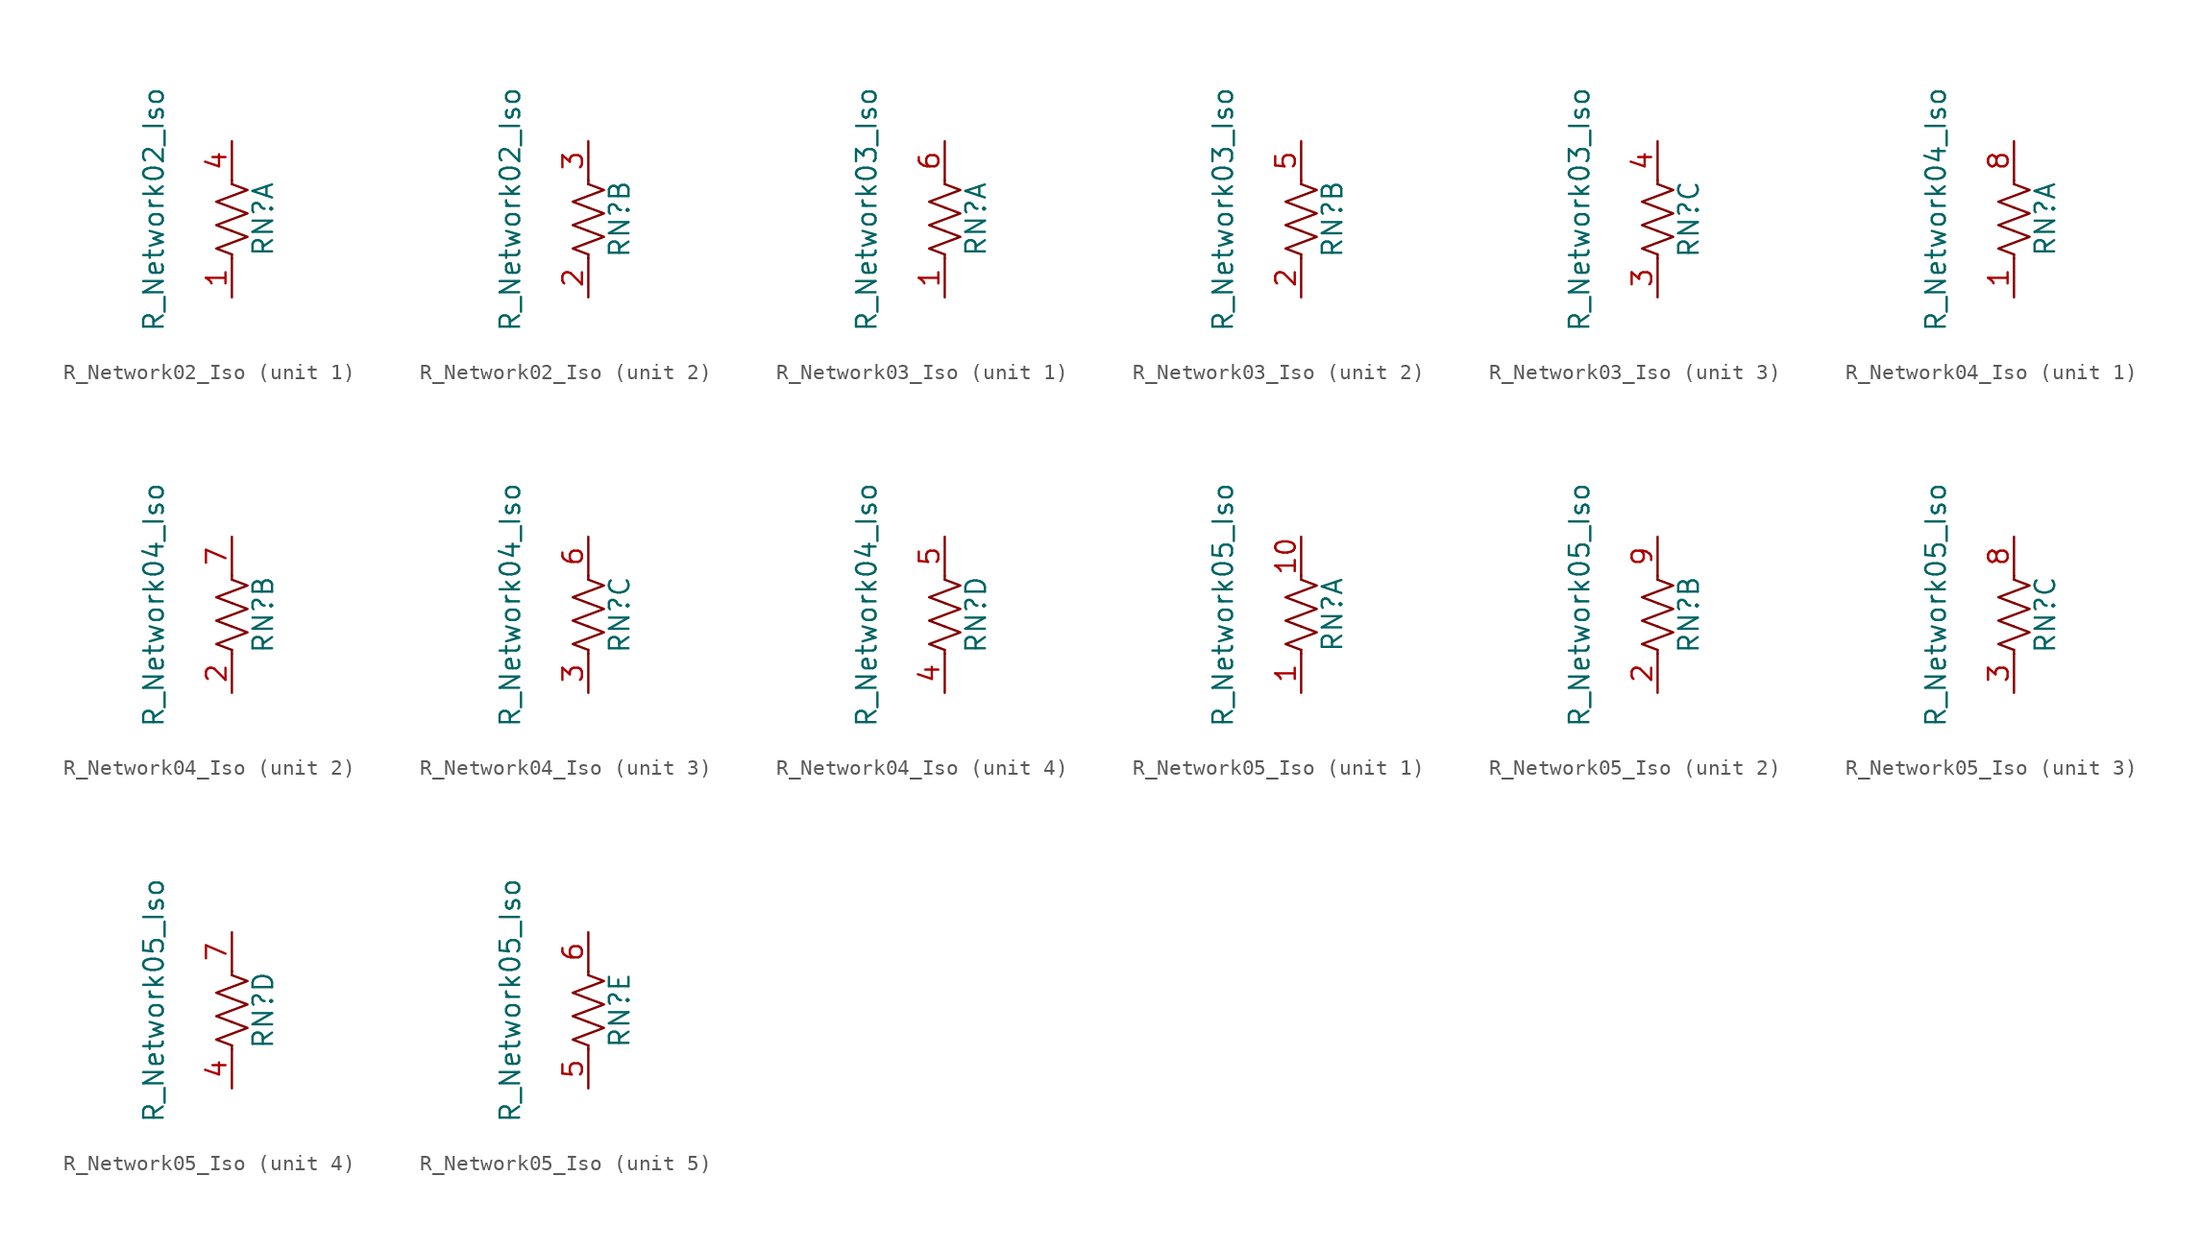
<source format=kicad_sym>
(kicad_symbol_lib
  (version 20220914)
  (generator kicad_symbol_editor)
  (symbol "R_Network02_Iso"
    (pin_names
      (offset 0) hide)
    (property "Reference" "RN"
      (at 2.032 0 90)
      (effects (font (size 1.27 1.27))))
    (property "Value" "R_Network02_Iso"
      (at -5.08 0.635 90)
      (effects (font (size 1.27 1.27))))
    (symbol "R_Network02_Iso_0_1"
      (polyline (pts (xy 0 -2.286) (xy 0 -2.54)) (stroke (width 0) (type default)) (fill (type none)))
      (polyline (pts (xy 0 2.286) (xy 0 2.54)) (stroke (width 0) (type default)) (fill (type none)))
      (polyline (pts (xy 0 -0.762) (xy 1.016 -1.143) (xy 0 -1.524) (xy -1.016 -1.905) (xy 0 -2.286)) (stroke (width 0) (type default)) (fill (type none)))
      (polyline (pts (xy 0 0.762) (xy 1.016 0.381) (xy 0 0) (xy -1.016 -0.381) (xy 0 -0.762)) (stroke (width 0) (type default)) (fill (type none)))
      (polyline (pts (xy 0 2.286) (xy 1.016 1.905) (xy 0 1.524) (xy -1.016 1.143) (xy 0 0.762)) (stroke (width 0) (type default)) (fill (type none))))
    (symbol "R_Network02_Iso_1_1"
      (pin passive line (at 0 -5.08 90) (length 2.54) (name "~" (effects (font (size 1.27 1.27)))) (number "1" (effects (font (size 1.27 1.27)))))
      (pin passive line (at 0 5.08 270) (length 2.54) (name "~" (effects (font (size 1.27 1.27)))) (number "4" (effects (font (size 1.27 1.27))))))
    (symbol "R_Network02_Iso_2_1"
      (pin passive line (at 0 -5.08 90) (length 2.54) (name "~" (effects (font (size 1.27 1.27)))) (number "2" (effects (font (size 1.27 1.27)))))
      (pin passive line (at 0 5.08 270) (length 2.54) (name "~" (effects (font (size 1.27 1.27)))) (number "3" (effects (font (size 1.27 1.27)))))))
  (symbol "R_Network03_Iso"
    (pin_names
      (offset 0) hide)
    (property "Reference" "RN"
      (at 2.032 0 90)
      (effects (font (size 1.27 1.27))))
    (property "Value" "R_Network03_Iso"
      (at -5.08 0.635 90)
      (effects (font (size 1.27 1.27))))
    (symbol "R_Network03_Iso_0_1"
      (polyline (pts (xy 0 -2.286) (xy 0 -2.54)) (stroke (width 0) (type default)) (fill (type none)))
      (polyline (pts (xy 0 2.286) (xy 0 2.54)) (stroke (width 0) (type default)) (fill (type none)))
      (polyline (pts (xy 0 -0.762) (xy 1.016 -1.143) (xy 0 -1.524) (xy -1.016 -1.905) (xy 0 -2.286)) (stroke (width 0) (type default)) (fill (type none)))
      (polyline (pts (xy 0 0.762) (xy 1.016 0.381) (xy 0 0) (xy -1.016 -0.381) (xy 0 -0.762)) (stroke (width 0) (type default)) (fill (type none)))
      (polyline (pts (xy 0 2.286) (xy 1.016 1.905) (xy 0 1.524) (xy -1.016 1.143) (xy 0 0.762)) (stroke (width 0) (type default)) (fill (type none))))
    (symbol "R_Network03_Iso_1_1"
      (pin passive line (at 0 -5.08 90) (length 2.54) (name "~" (effects (font (size 1.27 1.27)))) (number "1" (effects (font (size 1.27 1.27)))))
      (pin passive line (at 0 5.08 270) (length 2.54) (name "~" (effects (font (size 1.27 1.27)))) (number "6" (effects (font (size 1.27 1.27))))))
    (symbol "R_Network03_Iso_2_1"
      (pin passive line (at 0 -5.08 90) (length 2.54) (name "~" (effects (font (size 1.27 1.27)))) (number "2" (effects (font (size 1.27 1.27)))))
      (pin passive line (at 0 5.08 270) (length 2.54) (name "~" (effects (font (size 1.27 1.27)))) (number "5" (effects (font (size 1.27 1.27))))))
    (symbol "R_Network03_Iso_3_1"
      (pin passive line (at 0 -5.08 90) (length 2.54) (name "~" (effects (font (size 1.27 1.27)))) (number "3" (effects (font (size 1.27 1.27)))))
      (pin passive line (at 0 5.08 270) (length 2.54) (name "~" (effects (font (size 1.27 1.27)))) (number "4" (effects (font (size 1.27 1.27)))))))
  (symbol "R_Network04_Iso"
    (pin_names
      (offset 0) hide)
    (property "Reference" "RN"
      (at 2.032 0 90)
      (effects (font (size 1.27 1.27))))
    (property "Value" "R_Network04_Iso"
      (at -5.08 0.635 90)
      (effects (font (size 1.27 1.27))))
    (symbol "R_Network04_Iso_0_1"
      (polyline (pts (xy 0 -2.286) (xy 0 -2.54)) (stroke (width 0) (type default)) (fill (type none)))
      (polyline (pts (xy 0 2.286) (xy 0 2.54)) (stroke (width 0) (type default)) (fill (type none)))
      (polyline (pts (xy 0 -0.762) (xy 1.016 -1.143) (xy 0 -1.524) (xy -1.016 -1.905) (xy 0 -2.286)) (stroke (width 0) (type default)) (fill (type none)))
      (polyline (pts (xy 0 0.762) (xy 1.016 0.381) (xy 0 0) (xy -1.016 -0.381) (xy 0 -0.762)) (stroke (width 0) (type default)) (fill (type none)))
      (polyline (pts (xy 0 2.286) (xy 1.016 1.905) (xy 0 1.524) (xy -1.016 1.143) (xy 0 0.762)) (stroke (width 0) (type default)) (fill (type none))))
    (symbol "R_Network04_Iso_1_1"
      (pin passive line (at 0 -5.08 90) (length 2.54) (name "~" (effects (font (size 1.27 1.27)))) (number "1" (effects (font (size 1.27 1.27)))))
      (pin passive line (at 0 5.08 270) (length 2.54) (name "~" (effects (font (size 1.27 1.27)))) (number "8" (effects (font (size 1.27 1.27))))))
    (symbol "R_Network04_Iso_2_1"
      (pin passive line (at 0 -5.08 90) (length 2.54) (name "~" (effects (font (size 1.27 1.27)))) (number "2" (effects (font (size 1.27 1.27)))))
      (pin passive line (at 0 5.08 270) (length 2.54) (name "~" (effects (font (size 1.27 1.27)))) (number "7" (effects (font (size 1.27 1.27))))))
    (symbol "R_Network04_Iso_3_1"
      (pin passive line (at 0 -5.08 90) (length 2.54) (name "~" (effects (font (size 1.27 1.27)))) (number "3" (effects (font (size 1.27 1.27)))))
      (pin passive line (at 0 5.08 270) (length 2.54) (name "~" (effects (font (size 1.27 1.27)))) (number "6" (effects (font (size 1.27 1.27))))))
    (symbol "R_Network04_Iso_4_1"
      (pin passive line (at 0 -5.08 90) (length 2.54) (name "~" (effects (font (size 1.27 1.27)))) (number "4" (effects (font (size 1.27 1.27)))))
      (pin passive line (at 0 5.08 270) (length 2.54) (name "~" (effects (font (size 1.27 1.27)))) (number "5" (effects (font (size 1.27 1.27)))))))
  (symbol "R_Network05_Iso"
    (pin_names
      (offset 0) hide)
    (property "Reference" "RN"
      (at 2.032 0 90)
      (effects (font (size 1.27 1.27))))
    (property "Value" "R_Network05_Iso"
      (at -5.08 0.635 90)
      (effects (font (size 1.27 1.27))))
    (symbol "R_Network05_Iso_0_1"
      (polyline (pts (xy 0 -2.286) (xy 0 -2.54)) (stroke (width 0) (type default)) (fill (type none)))
      (polyline (pts (xy 0 2.286) (xy 0 2.54)) (stroke (width 0) (type default)) (fill (type none)))
      (polyline (pts (xy 0 -0.762) (xy 1.016 -1.143) (xy 0 -1.524) (xy -1.016 -1.905) (xy 0 -2.286)) (stroke (width 0) (type default)) (fill (type none)))
      (polyline (pts (xy 0 0.762) (xy 1.016 0.381) (xy 0 0) (xy -1.016 -0.381) (xy 0 -0.762)) (stroke (width 0) (type default)) (fill (type none)))
      (polyline (pts (xy 0 2.286) (xy 1.016 1.905) (xy 0 1.524) (xy -1.016 1.143) (xy 0 0.762)) (stroke (width 0) (type default)) (fill (type none))))
    (symbol "R_Network05_Iso_1_1"
      (pin passive line (at 0 -5.08 90) (length 2.54) (name "~" (effects (font (size 1.27 1.27)))) (number "1" (effects (font (size 1.27 1.27)))))
      (pin passive line (at 0 5.08 270) (length 2.54) (name "~" (effects (font (size 1.27 1.27)))) (number "10" (effects (font (size 1.27 1.27))))))
    (symbol "R_Network05_Iso_2_1"
      (pin passive line (at 0 -5.08 90) (length 2.54) (name "~" (effects (font (size 1.27 1.27)))) (number "2" (effects (font (size 1.27 1.27)))))
      (pin passive line (at 0 5.08 270) (length 2.54) (name "~" (effects (font (size 1.27 1.27)))) (number "9" (effects (font (size 1.27 1.27))))))
    (symbol "R_Network05_Iso_3_1"
      (pin passive line (at 0 -5.08 90) (length 2.54) (name "~" (effects (font (size 1.27 1.27)))) (number "3" (effects (font (size 1.27 1.27)))))
      (pin passive line (at 0 5.08 270) (length 2.54) (name "~" (effects (font (size 1.27 1.27)))) (number "8" (effects (font (size 1.27 1.27))))))
    (symbol "R_Network05_Iso_4_1"
      (pin passive line (at 0 -5.08 90) (length 2.54) (name "~" (effects (font (size 1.27 1.27)))) (number "4" (effects (font (size 1.27 1.27)))))
      (pin passive line (at 0 5.08 270) (length 2.54) (name "~" (effects (font (size 1.27 1.27)))) (number "7" (effects (font (size 1.27 1.27))))))
    (symbol "R_Network05_Iso_5_1"
      (pin passive line (at 0 -5.08 90) (length 2.54) (name "~" (effects (font (size 1.27 1.27)))) (number "5" (effects (font (size 1.27 1.27)))))
      (pin passive line (at 0 5.08 270) (length 2.54) (name "~" (effects (font (size 1.27 1.27)))) (number "6" (effects (font (size 1.27 1.27))))))))
</source>
